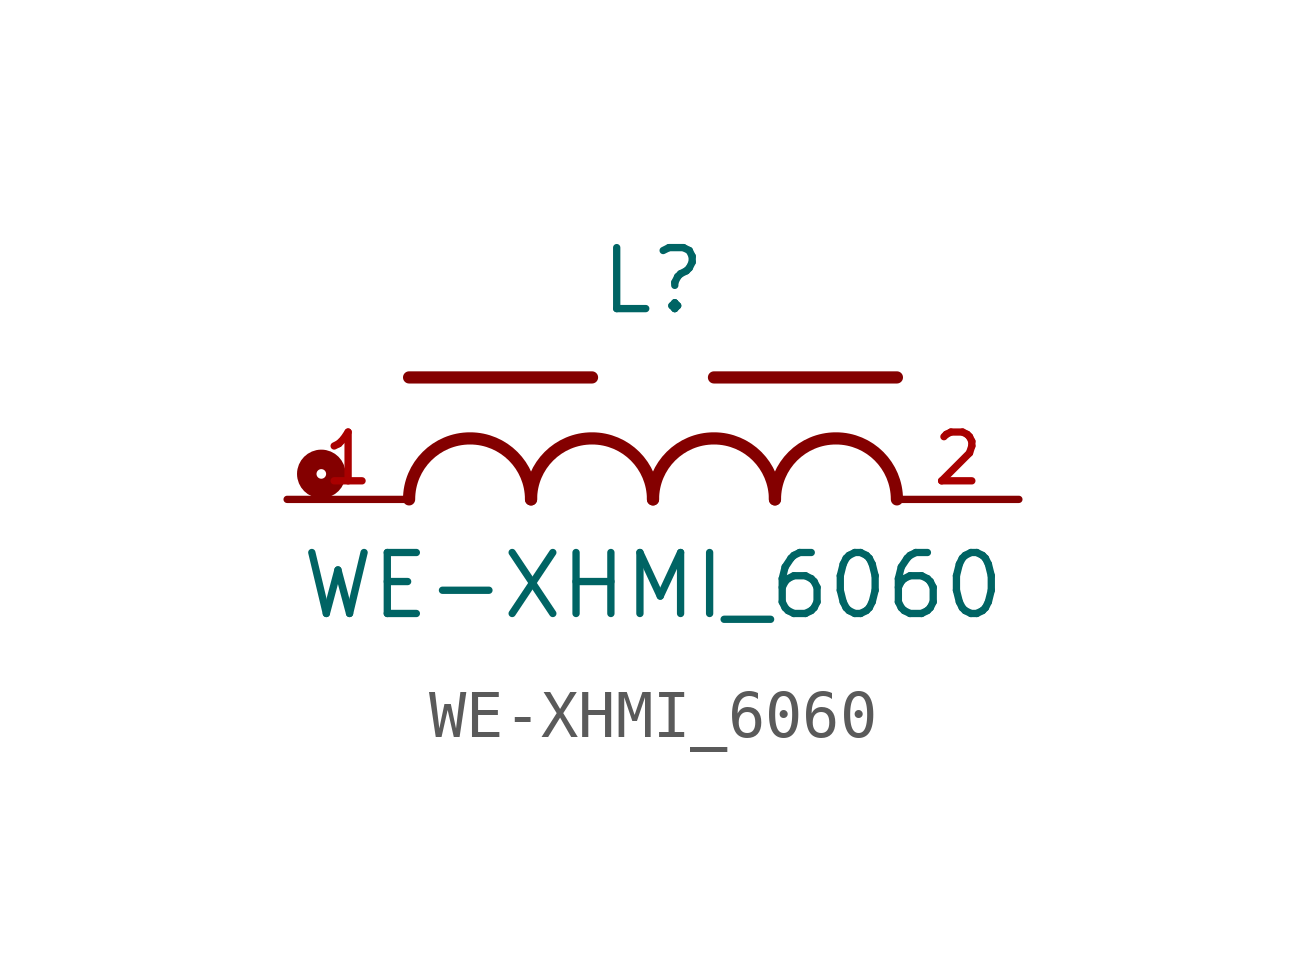
<source format=kicad_sym>
(kicad_symbol_lib
  (version 20211014)
  (generator kicad_symbol_editor)
  (symbol "WE-XHMI_6060"
    (pin_names
      (offset 1.016))
    (property "Reference" "L"
      (at 0.0 3.81 0)
      (effects (font (size 1.27 1.27)) (justify bottom)))
    (property "Value" "WE-XHMI_6060"
      (at 0.0 -2.54 0)
      (effects (font (size 1.27 1.27)) (justify bottom)))
    (symbol "WE-XHMI_6060_0_0"
      (arc (start -2.54 0.0) (mid -3.81 1.27) (end -5.08 0.0) (stroke (width 0.254) (type default) (color 0 0 0 0)) (fill (type none)))
      (arc (start 0.0 0.0) (mid -1.27 1.27) (end -2.54 0.0) (stroke (width 0.254) (type default) (color 0 0 0 0)) (fill (type none)))
      (arc (start 2.54 0.0) (mid 1.27 1.27) (end 0.0 0.0) (stroke (width 0.254) (type default) (color 0 0 0 0)) (fill (type none)))
      (arc (start 5.08 0.0) (mid 3.81 1.27) (end 2.54 0.0) (stroke (width 0.254) (type default) (color 0 0 0 0)) (fill (type none)))
      (polyline (pts (xy -5.08 2.54) (xy -1.27 2.54)) (stroke (width 0.254)))
      (polyline (pts (xy 1.27 2.54) (xy 5.08 2.54)) (stroke (width 0.254)))
      (circle (center -6.908 0.53) (radius 0.1) (stroke (width 0.406)) (fill (type none)))
      (pin passive line (at -7.62 0.0 0) (length 2.54) (name "~" (effects (font (size 1.016 1.016)))) (number "1" (effects (font (size 1.016 1.016)))))
      (pin passive line (at 7.62 0.0 180.0) (length 2.54) (name "~" (effects (font (size 1.016 1.016)))) (number "2" (effects (font (size 1.016 1.016))))))))
</source>
